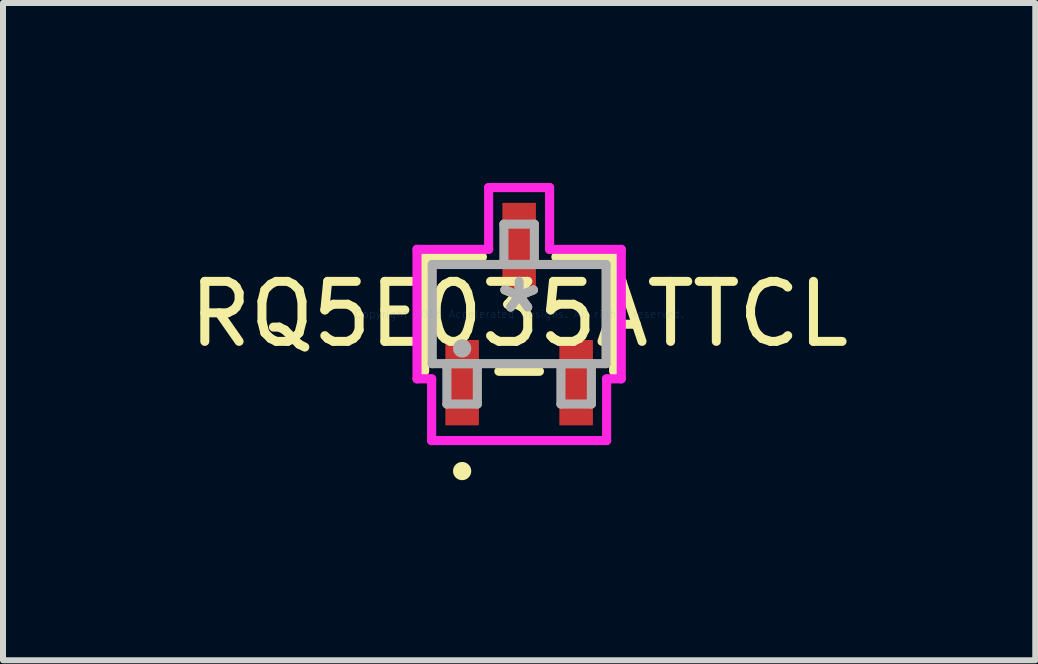
<source format=kicad_pcb>
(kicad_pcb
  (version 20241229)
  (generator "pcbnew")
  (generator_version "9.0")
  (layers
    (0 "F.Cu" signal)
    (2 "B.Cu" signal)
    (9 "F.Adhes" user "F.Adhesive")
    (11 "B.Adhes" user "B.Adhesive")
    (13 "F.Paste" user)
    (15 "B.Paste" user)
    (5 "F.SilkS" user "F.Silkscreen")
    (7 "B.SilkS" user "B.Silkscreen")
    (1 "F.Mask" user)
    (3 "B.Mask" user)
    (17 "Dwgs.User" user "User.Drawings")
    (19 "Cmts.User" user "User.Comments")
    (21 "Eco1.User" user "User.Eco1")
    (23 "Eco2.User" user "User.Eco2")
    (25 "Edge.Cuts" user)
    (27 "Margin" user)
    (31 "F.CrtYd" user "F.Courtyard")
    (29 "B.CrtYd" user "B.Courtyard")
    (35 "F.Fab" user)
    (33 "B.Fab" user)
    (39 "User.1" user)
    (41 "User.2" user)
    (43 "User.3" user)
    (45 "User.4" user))
  (footprint "RQ5E035ATTCL"
    (layer "F.Cu")
    (at 5.601 2.184)
    (property "Reference" "RQ5E035ATTCL" (at 0 0 0) (layer "F.SilkS") (effects (font (size 1 1) (thickness 0.15))))
    (attr through_hole)
    (fp_line (start -1.575 -0.953) (end -1.575 0.953) (stroke (width 0.152) (type solid)) (layer "F.SilkS"))
    (fp_line (start -0.612 -0.953) (end -1.575 -0.953) (stroke (width 0.152) (type solid)) (layer "F.SilkS"))
    (fp_line (start -0.338 0.953) (end 0.338 0.953) (stroke (width 0.152) (type solid)) (layer "F.SilkS"))
    (fp_line (start 1.575 -0.953) (end 0.612 -0.953) (stroke (width 0.152) (type solid)) (layer "F.SilkS"))
    (fp_line (start 1.575 0.953) (end 1.575 -0.953) (stroke (width 0.152) (type solid)) (layer "F.SilkS"))
    (fp_circle (center -0.95 2.616) (end -0.874 2.616) (stroke (width 0.152) (type solid)) (fill no) (layer "F.SilkS"))
    (fp_line (start -1.702 -1.079) (end -0.508 -1.079) (stroke (width 0.152) (type solid)) (layer "F.CrtYd"))
    (fp_line (start -1.702 1.079) (end -1.702 -1.079) (stroke (width 0.152) (type solid)) (layer "F.CrtYd"))
    (fp_line (start -1.458 1.079) (end -1.702 1.079) (stroke (width 0.152) (type solid)) (layer "F.CrtYd"))
    (fp_line (start -1.458 2.108) (end -1.458 1.079) (stroke (width 0.152) (type solid)) (layer "F.CrtYd"))
    (fp_line (start -0.508 -2.108) (end 0.508 -2.108) (stroke (width 0.152) (type solid)) (layer "F.CrtYd"))
    (fp_line (start -0.508 -1.079) (end -0.508 -2.108) (stroke (width 0.152) (type solid)) (layer "F.CrtYd"))
    (fp_line (start 0.508 -2.108) (end 0.508 -1.079) (stroke (width 0.152) (type solid)) (layer "F.CrtYd"))
    (fp_line (start 0.508 -1.079) (end 1.702 -1.079) (stroke (width 0.152) (type solid)) (layer "F.CrtYd"))
    (fp_line (start 1.458 1.079) (end 1.458 2.108) (stroke (width 0.152) (type solid)) (layer "F.CrtYd"))
    (fp_line (start 1.458 2.108) (end -1.458 2.108) (stroke (width 0.152) (type solid)) (layer "F.CrtYd"))
    (fp_line (start 1.702 -1.079) (end 1.702 1.079) (stroke (width 0.152) (type solid)) (layer "F.CrtYd"))
    (fp_line (start 1.702 1.079) (end 1.458 1.079) (stroke (width 0.152) (type solid)) (layer "F.CrtYd"))
    (fp_line (start -1.448 -0.826) (end -1.448 0.826) (stroke (width 0.152) (type solid)) (layer "F.Fab"))
    (fp_line (start -1.448 0.826) (end 1.448 0.826) (stroke (width 0.152) (type solid)) (layer "F.Fab"))
    (fp_line (start -1.204 0.826) (end -1.204 1.499) (stroke (width 0.152) (type solid)) (layer "F.Fab"))
    (fp_line (start -1.204 1.499) (end -0.696 1.499) (stroke (width 0.152) (type solid)) (layer "F.Fab"))
    (fp_line (start -0.696 0.826) (end -1.204 0.826) (stroke (width 0.152) (type solid)) (layer "F.Fab"))
    (fp_line (start -0.696 1.499) (end -0.696 0.826) (stroke (width 0.152) (type solid)) (layer "F.Fab"))
    (fp_line (start -0.254 -1.499) (end -0.254 -0.826) (stroke (width 0.152) (type solid)) (layer "F.Fab"))
    (fp_line (start -0.254 -0.826) (end 0.254 -0.826) (stroke (width 0.152) (type solid)) (layer "F.Fab"))
    (fp_line (start 0.254 -1.499) (end -0.254 -1.499) (stroke (width 0.152) (type solid)) (layer "F.Fab"))
    (fp_line (start 0.254 -0.826) (end 0.254 -1.499) (stroke (width 0.152) (type solid)) (layer "F.Fab"))
    (fp_line (start 0.696 0.826) (end 0.696 1.499) (stroke (width 0.152) (type solid)) (layer "F.Fab"))
    (fp_line (start 0.696 1.499) (end 1.204 1.499) (stroke (width 0.152) (type solid)) (layer "F.Fab"))
    (fp_line (start 1.204 0.826) (end 0.696 0.826) (stroke (width 0.152) (type solid)) (layer "F.Fab"))
    (fp_line (start 1.204 1.499) (end 1.204 0.826) (stroke (width 0.152) (type solid)) (layer "F.Fab"))
    (fp_line (start 1.448 -0.826) (end -1.448 -0.826) (stroke (width 0.152) (type solid)) (layer "F.Fab"))
    (fp_line (start 1.448 0.826) (end 1.448 -0.826) (stroke (width 0.152) (type solid)) (layer "F.Fab"))
    (fp_circle (center -0.95 0.572) (end -0.874 0.572) (stroke (width 0.152) (type solid)) (fill no) (layer "F.Fab"))
    (fp_text user "*" (at 0 0 0) (layer "F.SilkS") (effects (font (size 1 1) (thickness 0.15))))
    (fp_text user "Copyright 2016 Accelerated Designs. All rights reserved." (at 0 0 0) (layer "Cmts.User") (effects (font (size 0.127 0.127) (thickness 0.002))))
    (fp_text user "*" (at 0 0 0) (layer "F.Fab") (effects (font (size 1 1) (thickness 0.15))))
    (pad "1" smd rect (at -0.95 1.143) (size 0.559 1.422) (layers "F.Cu" "F.Mask" "F.Paste"))
    (pad "2" smd rect (at 0.95 1.143) (size 0.559 1.422) (layers "F.Cu" "F.Mask" "F.Paste"))
    (pad "3" smd rect (at 0 -1.143) (size 0.559 1.422) (layers "F.Cu" "F.Mask" "F.Paste")))
  (gr_rect
    (start -3 -3)
    (end 14.202 7.953)
    (stroke (width 0.1) (type default))
    (fill no)
    (layer "Edge.Cuts")))
</source>
